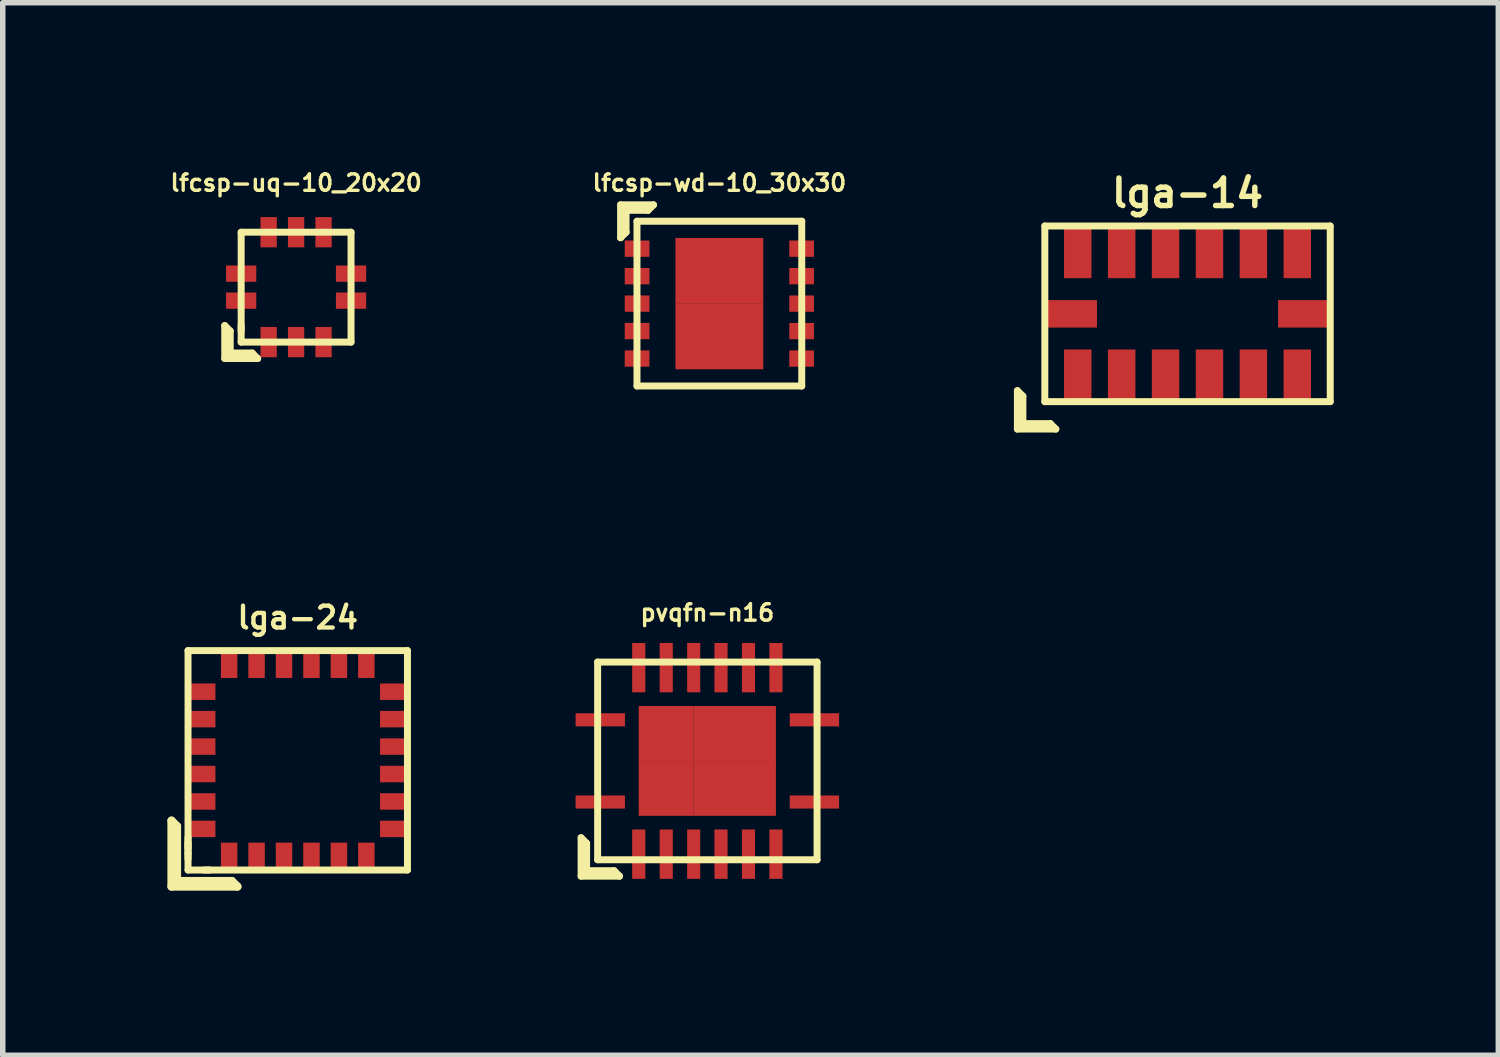
<source format=kicad_pcb>
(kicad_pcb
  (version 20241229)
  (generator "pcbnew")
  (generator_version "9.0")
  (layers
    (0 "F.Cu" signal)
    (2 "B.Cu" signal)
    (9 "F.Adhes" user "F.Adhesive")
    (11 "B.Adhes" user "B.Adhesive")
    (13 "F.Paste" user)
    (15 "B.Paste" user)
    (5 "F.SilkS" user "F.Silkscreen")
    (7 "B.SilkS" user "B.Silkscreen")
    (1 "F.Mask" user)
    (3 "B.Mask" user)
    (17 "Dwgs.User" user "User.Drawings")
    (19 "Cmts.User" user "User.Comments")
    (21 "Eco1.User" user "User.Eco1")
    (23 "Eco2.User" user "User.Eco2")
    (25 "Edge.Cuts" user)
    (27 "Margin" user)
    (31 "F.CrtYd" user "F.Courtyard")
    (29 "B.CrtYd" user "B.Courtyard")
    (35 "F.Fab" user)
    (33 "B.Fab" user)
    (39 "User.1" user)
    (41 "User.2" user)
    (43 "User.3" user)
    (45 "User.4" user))
  (footprint "lfcsp-wd-10_30x30"
    (layer "F.Cu")
    (at 10.057 2.482)
    (property "Reference" "lfcsp-wd-10_30x30" (at 0 -2.2 0) (layer "F.SilkS") (effects (font (size 0.3 0.3) (thickness 0.061))))
    (attr smd)
    (fp_line (start -1.8 -1.8) (end -1.8 -1.2) (stroke (width 0.127) (type solid)) (layer "F.SilkS"))
    (fp_line (start -1.8 -1.2) (end -1.7 -1.3) (stroke (width 0.127) (type solid)) (layer "F.SilkS"))
    (fp_line (start -1.7 -1.7) (end -1.3 -1.7) (stroke (width 0.127) (type solid)) (layer "F.SilkS"))
    (fp_line (start -1.7 -1.3) (end -1.7 -1.7) (stroke (width 0.127) (type solid)) (layer "F.SilkS"))
    (fp_line (start -1.501 -1.501) (end -1.501 1.501) (stroke (width 0.127) (type solid)) (layer "F.SilkS"))
    (fp_line (start -1.501 1.501) (end 1.501 1.501) (stroke (width 0.127) (type solid)) (layer "F.SilkS"))
    (fp_line (start -1.3 -1.7) (end -1.2 -1.8) (stroke (width 0.127) (type solid)) (layer "F.SilkS"))
    (fp_line (start -1.2 -1.8) (end -1.8 -1.8) (stroke (width 0.127) (type solid)) (layer "F.SilkS"))
    (fp_line (start 1.501 -1.501) (end -1.501 -1.501) (stroke (width 0.127) (type solid)) (layer "F.SilkS"))
    (fp_line (start 1.501 1.501) (end 1.501 -1.501) (stroke (width 0.127) (type solid)) (layer "F.SilkS"))
    (pad "1" smd rect (at -1.499 -1.001) (size 0.45 0.297) (layers "F.Cu" "F.Mask" "F.Paste"))
    (pad "2" smd rect (at -1.499 -0.5) (size 0.45 0.297) (layers "F.Cu" "F.Mask" "F.Paste"))
    (pad "3" smd rect (at -1.499 0) (size 0.45 0.297) (layers "F.Cu" "F.Mask" "F.Paste"))
    (pad "4" smd rect (at -1.499 0.5) (size 0.45 0.297) (layers "F.Cu" "F.Mask" "F.Paste"))
    (pad "5" smd rect (at -1.499 1.001) (size 0.45 0.297) (layers "F.Cu" "F.Mask" "F.Paste"))
    (pad "6" smd rect (at 1.499 1.001) (size 0.45 0.297) (layers "F.Cu" "F.Mask" "F.Paste"))
    (pad "7" smd rect (at 1.499 0.5) (size 0.45 0.297) (layers "F.Cu" "F.Mask" "F.Paste"))
    (pad "8" smd rect (at 1.499 0) (size 0.45 0.297) (layers "F.Cu" "F.Mask" "F.Paste"))
    (pad "9" smd rect (at 1.499 -0.5) (size 0.45 0.297) (layers "F.Cu" "F.Mask" "F.Paste"))
    (pad "10" smd rect (at 1.499 -1.001) (size 0.45 0.297) (layers "F.Cu" "F.Mask" "F.Paste"))
    (pad "11" smd rect (at 0 -0.597) (size 1.6 1.199) (layers "F.Cu" "F.Mask" "F.Paste"))
    (pad "11" smd rect (at 0 0.597) (size 1.6 1.199) (layers "F.Cu" "F.Mask" "F.Paste")))
  (footprint "pvqfn-n16"
    (layer "F.Cu")
    (at 9.838 10.814)
    (property "Reference" "pvqfn-n16" (at 0 -2.7 0) (layer "F.SilkS") (effects (font (size 0.3 0.3) (thickness 0.061))))
    (attr smd)
    (fp_line (start -2.3 1.4) (end -2.3 2.1) (stroke (width 0.127) (type solid)) (layer "F.SilkS"))
    (fp_line (start -2.3 2.1) (end -1.6 2.1) (stroke (width 0.127) (type solid)) (layer "F.SilkS"))
    (fp_line (start -2.2 1.5) (end -2.3 1.4) (stroke (width 0.127) (type solid)) (layer "F.SilkS"))
    (fp_line (start -2.2 2) (end -2.2 1.5) (stroke (width 0.127) (type solid)) (layer "F.SilkS"))
    (fp_line (start -1.999 -1.801) (end 1.999 -1.801) (stroke (width 0.127) (type solid)) (layer "F.SilkS"))
    (fp_line (start -1.999 1.801) (end -1.999 -1.801) (stroke (width 0.127) (type solid)) (layer "F.SilkS"))
    (fp_line (start -1.7 2) (end -2.2 2) (stroke (width 0.127) (type solid)) (layer "F.SilkS"))
    (fp_line (start -1.6 2.1) (end -1.7 2) (stroke (width 0.127) (type solid)) (layer "F.SilkS"))
    (fp_line (start 1.999 -1.801) (end 1.999 1.801) (stroke (width 0.127) (type solid)) (layer "F.SilkS"))
    (fp_line (start 1.999 1.801) (end -1.999 1.801) (stroke (width 0.127) (type solid)) (layer "F.SilkS"))
    (pad "1" smd rect (at -1.951 0.749) (size 0.899 0.239) (layers "F.Cu" "F.Mask" "F.Paste"))
    (pad "2" smd rect (at -1.25 1.699) (size 0.239 0.899) (layers "F.Cu" "F.Mask" "F.Paste"))
    (pad "3" smd rect (at -0.749 1.699) (size 0.239 0.899) (layers "F.Cu" "F.Mask" "F.Paste"))
    (pad "4" smd rect (at -0.249 1.699) (size 0.239 0.899) (layers "F.Cu" "F.Mask" "F.Paste"))
    (pad "5" smd rect (at 0.249 1.699) (size 0.239 0.899) (layers "F.Cu" "F.Mask" "F.Paste"))
    (pad "6" smd rect (at 0.749 1.699) (size 0.239 0.899) (layers "F.Cu" "F.Mask" "F.Paste"))
    (pad "7" smd rect (at 1.25 1.699) (size 0.239 0.899) (layers "F.Cu" "F.Mask" "F.Paste"))
    (pad "8" smd rect (at 1.951 0.749) (size 0.899 0.239) (layers "F.Cu" "F.Mask" "F.Paste"))
    (pad "9" smd rect (at 1.951 -0.749) (size 0.899 0.239) (layers "F.Cu" "F.Mask" "F.Paste"))
    (pad "10" smd rect (at 1.25 -1.699) (size 0.239 0.899) (layers "F.Cu" "F.Mask" "F.Paste"))
    (pad "11" smd rect (at 0.749 -1.699) (size 0.239 0.899) (layers "F.Cu" "F.Mask" "F.Paste"))
    (pad "12" smd rect (at 0.249 -1.699) (size 0.239 0.899) (layers "F.Cu" "F.Mask" "F.Paste"))
    (pad "13" smd rect (at -0.249 -1.699) (size 0.239 0.899) (layers "F.Cu" "F.Mask" "F.Paste"))
    (pad "14" smd rect (at -0.749 -1.699) (size 0.239 0.899) (layers "F.Cu" "F.Mask" "F.Paste"))
    (pad "15" smd rect (at -1.25 -1.699) (size 0.239 0.899) (layers "F.Cu" "F.Mask" "F.Paste"))
    (pad "16" smd rect (at -1.951 -0.749) (size 0.899 0.239) (layers "F.Cu" "F.Mask" "F.Paste"))
    (pad "17" smd rect (at -0.749 -0.5) (size 1.001 1.001) (layers "F.Cu" "F.Mask" "F.Paste"))
    (pad "17" smd rect (at -0.749 0.5) (size 1.001 1.001) (layers "F.Cu" "F.Mask" "F.Paste"))
    (pad "17" smd rect (at 0 -0.5) (size 0.5 1.001) (layers "F.Cu" "F.Mask" "F.Paste"))
    (pad "17" smd rect (at 0 0.5) (size 0.5 1.001) (layers "F.Cu" "F.Mask" "F.Paste"))
    (pad "17" smd rect (at 0.749 -0.5) (size 1.001 1.001) (layers "F.Cu" "F.Mask" "F.Paste"))
    (pad "17" smd rect (at 0.749 0.5) (size 1.001 1.001) (layers "F.Cu" "F.Mask" "F.Paste")))
  (footprint "lfcsp-uq-10_20x20"
    (layer "F.Cu")
    (at 2.345 2.182)
    (property "Reference" "lfcsp-uq-10_20x20" (at 0 -1.9 0) (layer "F.SilkS") (effects (font (size 0.3 0.3) (thickness 0.061))))
    (attr smd)
    (fp_line (start -1.3 0.7) (end -1.3 1.3) (stroke (width 0.127) (type solid)) (layer "F.SilkS"))
    (fp_line (start -1.3 1.3) (end -0.7 1.3) (stroke (width 0.127) (type solid)) (layer "F.SilkS"))
    (fp_line (start -1.2 0.8) (end -1.3 0.7) (stroke (width 0.127) (type solid)) (layer "F.SilkS"))
    (fp_line (start -1.2 1.2) (end -1.2 0.8) (stroke (width 0.127) (type solid)) (layer "F.SilkS"))
    (fp_line (start -1.001 -1.001) (end 1.001 -1.001) (stroke (width 0.127) (type solid)) (layer "F.SilkS"))
    (fp_line (start -1.001 0.701) (end -1.001 0.8) (stroke (width 0.127) (type solid)) (layer "F.SilkS"))
    (fp_line (start -1.001 1.001) (end -1.001 -1.001) (stroke (width 0.127) (type solid)) (layer "F.SilkS"))
    (fp_line (start -0.8 1.2) (end -1.2 1.2) (stroke (width 0.127) (type solid)) (layer "F.SilkS"))
    (fp_line (start -0.7 1.3) (end -0.8 1.2) (stroke (width 0.127) (type solid)) (layer "F.SilkS"))
    (fp_line (start 1.001 -1.001) (end 1.001 1.001) (stroke (width 0.127) (type solid)) (layer "F.SilkS"))
    (fp_line (start 1.001 1.001) (end -1.001 1.001) (stroke (width 0.127) (type solid)) (layer "F.SilkS"))
    (pad "1" smd rect (at -0.5 1.001) (size 0.297 0.551) (layers "F.Cu" "F.Mask" "F.Paste"))
    (pad "2" smd rect (at 0 1.001) (size 0.297 0.551) (layers "F.Cu" "F.Mask" "F.Paste"))
    (pad "3" smd rect (at 0.5 1.001) (size 0.297 0.551) (layers "F.Cu" "F.Mask" "F.Paste"))
    (pad "4" smd rect (at 1.001 0.246) (size 0.551 0.297) (layers "F.Cu" "F.Mask" "F.Paste"))
    (pad "5" smd rect (at 1.001 -0.246) (size 0.551 0.297) (layers "F.Cu" "F.Mask" "F.Paste"))
    (pad "6" smd rect (at 0.5 -1.001) (size 0.297 0.551) (layers "F.Cu" "F.Mask" "F.Paste"))
    (pad "7" smd rect (at 0 -1.001) (size 0.297 0.551) (layers "F.Cu" "F.Mask" "F.Paste"))
    (pad "8" smd rect (at -0.5 -1.001) (size 0.297 0.551) (layers "F.Cu" "F.Mask" "F.Paste"))
    (pad "9" smd rect (at -1.001 -0.246) (size 0.551 0.297) (layers "F.Cu" "F.Mask" "F.Paste"))
    (pad "10" smd rect (at -1.001 0.246) (size 0.551 0.297) (layers "F.Cu" "F.Mask" "F.Paste")))
  (footprint "lga-14"
    (layer "F.Cu")
    (at 18.587 2.668)
    (property "Reference" "lga-14" (at 0 -2.2 0) (layer "F.SilkS") (effects (font (size 0.5 0.5) (thickness 0.1))))
    (attr smd)
    (fp_line (start -3.1 1.4) (end -3 1.5) (stroke (width 0.127) (type solid)) (layer "F.SilkS"))
    (fp_line (start -3.1 2.1) (end -3.1 1.4) (stroke (width 0.127) (type solid)) (layer "F.SilkS"))
    (fp_line (start -3 1.5) (end -3 2) (stroke (width 0.127) (type solid)) (layer "F.SilkS"))
    (fp_line (start -3 2) (end -2.5 2) (stroke (width 0.127) (type solid)) (layer "F.SilkS"))
    (fp_line (start -2.6 -1.6) (end 2.6 -1.6) (stroke (width 0.127) (type solid)) (layer "F.SilkS"))
    (fp_line (start -2.6 1.6) (end -2.6 -1.6) (stroke (width 0.127) (type solid)) (layer "F.SilkS"))
    (fp_line (start -2.5 2) (end -2.4 2.1) (stroke (width 0.127) (type solid)) (layer "F.SilkS"))
    (fp_line (start -2.4 2.1) (end -3.1 2.1) (stroke (width 0.127) (type solid)) (layer "F.SilkS"))
    (fp_line (start 2.6 -1.6) (end 2.6 1.6) (stroke (width 0.127) (type solid)) (layer "F.SilkS"))
    (fp_line (start 2.6 1.6) (end -2.6 1.6) (stroke (width 0.127) (type solid)) (layer "F.SilkS"))
    (pad "1" smd rect (at -2 1.15) (size 0.5 1) (layers "F.Cu" "F.Mask" "F.Paste"))
    (pad "2" smd rect (at -1.2 1.15) (size 0.5 1) (layers "F.Cu" "F.Mask" "F.Paste"))
    (pad "3" smd rect (at -0.4 1.15) (size 0.5 1) (layers "F.Cu" "F.Mask" "F.Paste"))
    (pad "4" smd rect (at 0.4 1.15) (size 0.5 1) (layers "F.Cu" "F.Mask" "F.Paste"))
    (pad "5" smd rect (at 1.2 1.15) (size 0.5 1) (layers "F.Cu" "F.Mask" "F.Paste"))
    (pad "6" smd rect (at 2 1.15) (size 0.5 1) (layers "F.Cu" "F.Mask" "F.Paste"))
    (pad "7" smd rect (at 2.15 0) (size 1 0.5) (layers "F.Cu" "F.Mask" "F.Paste"))
    (pad "8" smd rect (at 2 -1.15) (size 0.5 1) (layers "F.Cu" "F.Mask" "F.Paste"))
    (pad "9" smd rect (at 1.2 -1.15) (size 0.5 1) (layers "F.Cu" "F.Mask" "F.Paste"))
    (pad "10" smd rect (at 0.4 -1.15) (size 0.5 1) (layers "F.Cu" "F.Mask" "F.Paste"))
    (pad "11" smd rect (at -0.4 -1.15) (size 0.5 1) (layers "F.Cu" "F.Mask" "F.Paste"))
    (pad "12" smd rect (at -1.2 -1.15) (size 0.5 1) (layers "F.Cu" "F.Mask" "F.Paste"))
    (pad "13" smd rect (at -2 -1.15) (size 0.5 1) (layers "F.Cu" "F.Mask" "F.Paste"))
    (pad "14" smd rect (at -2.15 0) (size 1 0.5) (layers "F.Cu" "F.Mask" "F.Paste")))
  (footprint "lga-24"
    (layer "F.Cu")
    (at 2.375 10.803)
    (property "Reference" "lga-24" (at 0 -2.6 0) (layer "F.SilkS") (effects (font (size 0.399 0.399) (thickness 0.079))))
    (attr smd)
    (fp_line (start -2.3 2.3) (end -2.3 1.1) (stroke (width 0.15) (type solid)) (layer "F.SilkS"))
    (fp_line (start -2.2 1.2) (end -2.3 1.1) (stroke (width 0.15) (type solid)) (layer "F.SilkS"))
    (fp_line (start -2.2 1.2) (end -2.2 2.2) (stroke (width 0.15) (type solid)) (layer "F.SilkS"))
    (fp_line (start -2.2 2.2) (end -1.2 2.2) (stroke (width 0.15) (type solid)) (layer "F.SilkS"))
    (fp_line (start -1.999 -1.999) (end 1.999 -1.999) (stroke (width 0.127) (type solid)) (layer "F.SilkS"))
    (fp_line (start -1.999 1.4) (end -1.999 1.6) (stroke (width 0.127) (type solid)) (layer "F.SilkS"))
    (fp_line (start -1.999 1.501) (end -1.999 1.699) (stroke (width 0.127) (type solid)) (layer "F.SilkS"))
    (fp_line (start -1.999 1.699) (end -1.999 1.801) (stroke (width 0.127) (type solid)) (layer "F.SilkS"))
    (fp_line (start -1.999 1.999) (end -1.999 -1.999) (stroke (width 0.127) (type solid)) (layer "F.SilkS"))
    (fp_line (start -1.6 1.999) (end -1.699 1.999) (stroke (width 0.127) (type solid)) (layer "F.SilkS"))
    (fp_line (start -1.2 2.2) (end -1.1 2.3) (stroke (width 0.15) (type solid)) (layer "F.SilkS"))
    (fp_line (start -1.1 2.3) (end -2.3 2.3) (stroke (width 0.15) (type solid)) (layer "F.SilkS"))
    (fp_line (start 1.999 -1.999) (end 1.999 1.999) (stroke (width 0.127) (type solid)) (layer "F.SilkS"))
    (fp_line (start 1.999 1.999) (end -1.999 1.999) (stroke (width 0.127) (type solid)) (layer "F.SilkS"))
    (pad "1" smd rect (at -1.25 1.725) (size 0.3 0.45) (layers "F.Cu" "F.Mask" "F.Paste"))
    (pad "2" smd rect (at -0.75 1.725) (size 0.3 0.45) (layers "F.Cu" "F.Mask" "F.Paste"))
    (pad "3" smd rect (at -0.25 1.725) (size 0.3 0.45) (layers "F.Cu" "F.Mask" "F.Paste"))
    (pad "4" smd rect (at 0.25 1.725) (size 0.3 0.45) (layers "F.Cu" "F.Mask" "F.Paste"))
    (pad "5" smd rect (at 0.75 1.725) (size 0.3 0.45) (layers "F.Cu" "F.Mask" "F.Paste"))
    (pad "6" smd rect (at 1.25 1.725) (size 0.3 0.45) (layers "F.Cu" "F.Mask" "F.Paste"))
    (pad "7" smd rect (at 1.725 1.25) (size 0.45 0.3) (layers "F.Cu" "F.Mask" "F.Paste"))
    (pad "8" smd rect (at 1.725 0.75) (size 0.45 0.3) (layers "F.Cu" "F.Mask" "F.Paste"))
    (pad "9" smd rect (at 1.725 0.25) (size 0.45 0.3) (layers "F.Cu" "F.Mask" "F.Paste"))
    (pad "10" smd rect (at 1.725 -0.25) (size 0.45 0.3) (layers "F.Cu" "F.Mask" "F.Paste"))
    (pad "11" smd rect (at 1.725 -0.75) (size 0.45 0.3) (layers "F.Cu" "F.Mask" "F.Paste"))
    (pad "12" smd rect (at 1.725 -1.25) (size 0.45 0.3) (layers "F.Cu" "F.Mask" "F.Paste"))
    (pad "13" smd rect (at 1.25 -1.725) (size 0.3 0.45) (layers "F.Cu" "F.Mask" "F.Paste"))
    (pad "14" smd rect (at 0.75 -1.725) (size 0.3 0.45) (layers "F.Cu" "F.Mask" "F.Paste"))
    (pad "15" smd rect (at 0.25 -1.725) (size 0.3 0.45) (layers "F.Cu" "F.Mask" "F.Paste"))
    (pad "16" smd rect (at -0.25 -1.725) (size 0.3 0.45) (layers "F.Cu" "F.Mask" "F.Paste"))
    (pad "17" smd rect (at -0.75 -1.725) (size 0.3 0.45) (layers "F.Cu" "F.Mask" "F.Paste"))
    (pad "18" smd rect (at -1.25 -1.725) (size 0.3 0.45) (layers "F.Cu" "F.Mask" "F.Paste"))
    (pad "19" smd rect (at -1.725 -1.25) (size 0.45 0.3) (layers "F.Cu" "F.Mask" "F.Paste"))
    (pad "20" smd rect (at -1.725 -0.75) (size 0.45 0.3) (layers "F.Cu" "F.Mask" "F.Paste"))
    (pad "21" smd rect (at -1.725 -0.25) (size 0.45 0.3) (layers "F.Cu" "F.Mask" "F.Paste"))
    (pad "22" smd rect (at -1.725 0.25) (size 0.45 0.3) (layers "F.Cu" "F.Mask" "F.Paste"))
    (pad "23" smd rect (at -1.725 0.75) (size 0.45 0.3) (layers "F.Cu" "F.Mask" "F.Paste"))
    (pad "24" smd rect (at -1.725 1.25) (size 0.45 0.3) (layers "F.Cu" "F.Mask" "F.Paste")))
  (gr_rect
    (start -3 -3)
    (end 24.25 16.178)
    (stroke (width 0.1) (type default))
    (fill no)
    (layer "Edge.Cuts")))
</source>
